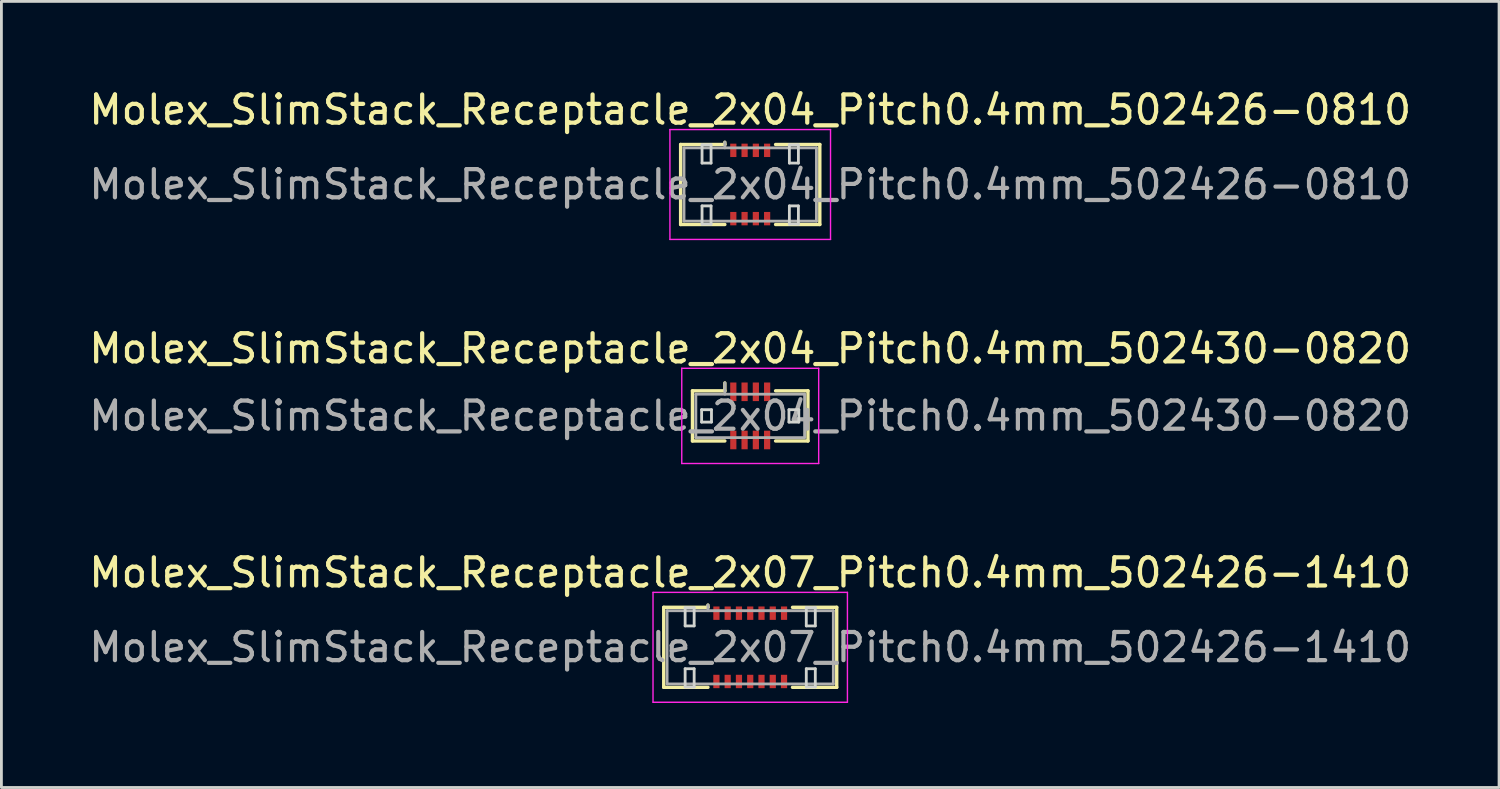
<source format=kicad_pcb>
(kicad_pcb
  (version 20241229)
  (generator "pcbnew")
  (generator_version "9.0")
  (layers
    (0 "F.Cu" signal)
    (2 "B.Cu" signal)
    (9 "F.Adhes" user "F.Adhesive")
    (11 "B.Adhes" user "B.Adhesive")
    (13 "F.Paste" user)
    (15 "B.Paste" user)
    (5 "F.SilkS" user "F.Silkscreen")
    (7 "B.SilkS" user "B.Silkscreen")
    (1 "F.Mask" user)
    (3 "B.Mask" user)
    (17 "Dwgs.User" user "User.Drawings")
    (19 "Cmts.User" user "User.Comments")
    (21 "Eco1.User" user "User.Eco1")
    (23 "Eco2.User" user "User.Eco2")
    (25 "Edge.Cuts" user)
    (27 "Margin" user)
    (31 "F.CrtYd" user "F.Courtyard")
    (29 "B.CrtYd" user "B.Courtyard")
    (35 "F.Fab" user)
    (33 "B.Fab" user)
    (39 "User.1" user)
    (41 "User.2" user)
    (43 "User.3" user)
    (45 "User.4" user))
  (footprint "Molex_SlimStack_Receptacle_2x04_Pitch0.4mm_502426-0810"
    (layer "F.Cu")
    (at 23.577 3.498)
    (property "Reference" "Molex_SlimStack_Receptacle_2x04_Pitch0.4mm_502426-0810" (at 0 -2.65 0) (layer "F.SilkS") (effects (font (size 1 1) (thickness 0.15))))
    (attr smd)
    (fp_line (start -2.47 -1.42) (end -0.9 -1.42) (stroke (width 0.12) (type solid)) (layer "F.SilkS"))
    (fp_line (start -2.47 1.42) (end -2.47 -1.42) (stroke (width 0.12) (type solid)) (layer "F.SilkS"))
    (fp_line (start -0.9 -1.42) (end -0.9 -1.5) (stroke (width 0.12) (type solid)) (layer "F.SilkS"))
    (fp_line (start -0.9 1.42) (end -2.47 1.42) (stroke (width 0.12) (type solid)) (layer "F.SilkS"))
    (fp_line (start 0.9 1.42) (end 2.47 1.42) (stroke (width 0.12) (type solid)) (layer "F.SilkS"))
    (fp_line (start 2.47 -1.42) (end 0.9 -1.42) (stroke (width 0.12) (type solid)) (layer "F.SilkS"))
    (fp_line (start 2.47 1.42) (end 2.47 -1.42) (stroke (width 0.12) (type solid)) (layer "F.SilkS"))
    (fp_line (start -1.71 -1.41) (end -1.71 -0.76) (stroke (width 0.1) (type solid)) (layer "Edge.Cuts"))
    (fp_line (start -1.71 -0.76) (end -1.39 -0.76) (stroke (width 0.1) (type solid)) (layer "Edge.Cuts"))
    (fp_line (start -1.71 0.76) (end -1.71 1.41) (stroke (width 0.1) (type solid)) (layer "Edge.Cuts"))
    (fp_line (start -1.71 1.41) (end -1.39 1.41) (stroke (width 0.1) (type solid)) (layer "Edge.Cuts"))
    (fp_line (start -1.39 -1.41) (end -1.71 -1.41) (stroke (width 0.1) (type solid)) (layer "Edge.Cuts"))
    (fp_line (start -1.39 -0.76) (end -1.39 -1.41) (stroke (width 0.1) (type solid)) (layer "Edge.Cuts"))
    (fp_line (start -1.39 0.76) (end -1.71 0.76) (stroke (width 0.1) (type solid)) (layer "Edge.Cuts"))
    (fp_line (start -1.39 1.41) (end -1.39 0.76) (stroke (width 0.1) (type solid)) (layer "Edge.Cuts"))
    (fp_line (start 1.39 -1.41) (end 1.39 -0.76) (stroke (width 0.1) (type solid)) (layer "Edge.Cuts"))
    (fp_line (start 1.39 -0.76) (end 1.71 -0.76) (stroke (width 0.1) (type solid)) (layer "Edge.Cuts"))
    (fp_line (start 1.39 0.76) (end 1.39 1.41) (stroke (width 0.1) (type solid)) (layer "Edge.Cuts"))
    (fp_line (start 1.39 1.41) (end 1.71 1.41) (stroke (width 0.1) (type solid)) (layer "Edge.Cuts"))
    (fp_line (start 1.71 -1.41) (end 1.39 -1.41) (stroke (width 0.1) (type solid)) (layer "Edge.Cuts"))
    (fp_line (start 1.71 -0.76) (end 1.71 -1.41) (stroke (width 0.1) (type solid)) (layer "Edge.Cuts"))
    (fp_line (start 1.71 0.76) (end 1.39 0.76) (stroke (width 0.1) (type solid)) (layer "Edge.Cuts"))
    (fp_line (start 1.71 1.41) (end 1.71 0.76) (stroke (width 0.1) (type solid)) (layer "Edge.Cuts"))
    (fp_line (start -2.85 -1.95) (end -2.85 1.95) (stroke (width 0.05) (type solid)) (layer "F.CrtYd"))
    (fp_line (start -2.85 1.95) (end 2.85 1.95) (stroke (width 0.05) (type solid)) (layer "F.CrtYd"))
    (fp_line (start 2.85 -1.95) (end -2.85 -1.95) (stroke (width 0.05) (type solid)) (layer "F.CrtYd"))
    (fp_line (start 2.85 1.95) (end 2.85 -1.95) (stroke (width 0.05) (type solid)) (layer "F.CrtYd"))
    (fp_line (start -2.35 -1.3) (end -2.35 1.3) (stroke (width 0.1) (type solid)) (layer "F.Fab"))
    (fp_line (start -2.35 1.3) (end 2.35 1.3) (stroke (width 0.1) (type solid)) (layer "F.Fab"))
    (fp_line (start -0.9 -1.3) (end -0.9 -1.5) (stroke (width 0.1) (type solid)) (layer "F.Fab"))
    (fp_line (start 2.35 -1.3) (end -2.35 -1.3) (stroke (width 0.1) (type solid)) (layer "F.Fab"))
    (fp_line (start 2.35 1.3) (end 2.35 -1.3) (stroke (width 0.1) (type solid)) (layer "F.Fab"))
    (fp_text user "${REFERENCE}" (at 0 0 0) (layer "F.Fab") (effects (font (size 1 1) (thickness 0.15))))
    (pad "1" smd rect (at -0.6 -1.212) (size 0.22 0.475) (layers "F.Cu" "F.Mask" "F.Paste"))
    (pad "2" smd rect (at -0.6 1.212) (size 0.22 0.475) (layers "F.Cu" "F.Mask" "F.Paste"))
    (pad "3" smd rect (at -0.2 -1.212) (size 0.22 0.475) (layers "F.Cu" "F.Mask" "F.Paste"))
    (pad "4" smd rect (at -0.2 1.212) (size 0.22 0.475) (layers "F.Cu" "F.Mask" "F.Paste"))
    (pad "5" smd rect (at 0.2 -1.212) (size 0.22 0.475) (layers "F.Cu" "F.Mask" "F.Paste"))
    (pad "6" smd rect (at 0.2 1.212) (size 0.22 0.475) (layers "F.Cu" "F.Mask" "F.Paste"))
    (pad "7" smd rect (at 0.6 -1.212) (size 0.22 0.475) (layers "F.Cu" "F.Mask" "F.Paste"))
    (pad "8" smd rect (at 0.6 1.212) (size 0.22 0.475) (layers "F.Cu" "F.Mask" "F.Paste")))
  (footprint "Molex_SlimStack_Receptacle_2x04_Pitch0.4mm_502430-0820"
    (layer "F.Cu")
    (at 23.577 11.711)
    (property "Reference" "Molex_SlimStack_Receptacle_2x04_Pitch0.4mm_502430-0820" (at 0 -2.39 0) (layer "F.SilkS") (effects (font (size 1 1) (thickness 0.15))))
    (attr smd)
    (fp_line (start -2.05 -0.89) (end -0.9 -0.89) (stroke (width 0.12) (type solid)) (layer "F.SilkS"))
    (fp_line (start -2.05 0.89) (end -2.05 -0.89) (stroke (width 0.12) (type solid)) (layer "F.SilkS"))
    (fp_line (start -0.9 -0.89) (end -0.9 -1.17) (stroke (width 0.12) (type solid)) (layer "F.SilkS"))
    (fp_line (start -0.9 0.89) (end -2.05 0.89) (stroke (width 0.12) (type solid)) (layer "F.SilkS"))
    (fp_line (start 0.9 0.89) (end 2.05 0.89) (stroke (width 0.12) (type solid)) (layer "F.SilkS"))
    (fp_line (start 2.05 -0.89) (end 0.9 -0.89) (stroke (width 0.12) (type solid)) (layer "F.SilkS"))
    (fp_line (start 2.05 0.89) (end 2.05 -0.89) (stroke (width 0.12) (type solid)) (layer "F.SilkS"))
    (fp_line (start -1.725 -0.22) (end -1.725 0.22) (stroke (width 0.1) (type solid)) (layer "Edge.Cuts"))
    (fp_line (start -1.725 0.22) (end -1.375 0.22) (stroke (width 0.1) (type solid)) (layer "Edge.Cuts"))
    (fp_line (start -1.375 -0.22) (end -1.725 -0.22) (stroke (width 0.1) (type solid)) (layer "Edge.Cuts"))
    (fp_line (start -1.375 0.22) (end -1.375 -0.22) (stroke (width 0.1) (type solid)) (layer "Edge.Cuts"))
    (fp_line (start 1.375 -0.22) (end 1.375 0.22) (stroke (width 0.1) (type solid)) (layer "Edge.Cuts"))
    (fp_line (start 1.375 0.22) (end 1.725 0.22) (stroke (width 0.1) (type solid)) (layer "Edge.Cuts"))
    (fp_line (start 1.725 -0.22) (end 1.375 -0.22) (stroke (width 0.1) (type solid)) (layer "Edge.Cuts"))
    (fp_line (start 1.725 0.22) (end 1.725 -0.22) (stroke (width 0.1) (type solid)) (layer "Edge.Cuts"))
    (fp_line (start -2.43 -1.69) (end -2.43 1.69) (stroke (width 0.05) (type solid)) (layer "F.CrtYd"))
    (fp_line (start -2.43 1.69) (end 2.43 1.69) (stroke (width 0.05) (type solid)) (layer "F.CrtYd"))
    (fp_line (start 2.43 -1.69) (end -2.43 -1.69) (stroke (width 0.05) (type solid)) (layer "F.CrtYd"))
    (fp_line (start 2.43 1.69) (end 2.43 -1.69) (stroke (width 0.05) (type solid)) (layer "F.CrtYd"))
    (fp_line (start -1.93 -0.77) (end -1.93 0.77) (stroke (width 0.1) (type solid)) (layer "F.Fab"))
    (fp_line (start -1.93 0.77) (end 1.93 0.77) (stroke (width 0.1) (type solid)) (layer "F.Fab"))
    (fp_line (start -0.9 -0.77) (end -0.9 -1.17) (stroke (width 0.1) (type solid)) (layer "F.Fab"))
    (fp_line (start 1.93 -0.77) (end -1.93 -0.77) (stroke (width 0.1) (type solid)) (layer "F.Fab"))
    (fp_line (start 1.93 0.77) (end 1.93 -0.77) (stroke (width 0.1) (type solid)) (layer "F.Fab"))
    (fp_text user "${REFERENCE}" (at 0 0 0) (layer "F.Fab") (effects (font (size 1 1) (thickness 0.15))))
    (pad "1" smd rect (at -0.6 -0.855) (size 0.22 0.66) (layers "F.Cu" "F.Mask" "F.Paste"))
    (pad "2" smd rect (at -0.6 0.855) (size 0.22 0.66) (layers "F.Cu" "F.Mask" "F.Paste"))
    (pad "3" smd rect (at -0.2 -0.855) (size 0.22 0.66) (layers "F.Cu" "F.Mask" "F.Paste"))
    (pad "4" smd rect (at -0.2 0.855) (size 0.22 0.66) (layers "F.Cu" "F.Mask" "F.Paste"))
    (pad "5" smd rect (at 0.2 -0.855) (size 0.22 0.66) (layers "F.Cu" "F.Mask" "F.Paste"))
    (pad "6" smd rect (at 0.2 0.855) (size 0.22 0.66) (layers "F.Cu" "F.Mask" "F.Paste"))
    (pad "7" smd rect (at 0.6 -0.855) (size 0.22 0.66) (layers "F.Cu" "F.Mask" "F.Paste"))
    (pad "8" smd rect (at 0.6 0.855) (size 0.22 0.66) (layers "F.Cu" "F.Mask" "F.Paste")))
  (footprint "Molex_SlimStack_Receptacle_2x07_Pitch0.4mm_502426-1410"
    (layer "F.Cu")
    (at 23.577 19.925)
    (property "Reference" "Molex_SlimStack_Receptacle_2x07_Pitch0.4mm_502426-1410" (at 0 -2.65 0) (layer "F.SilkS") (effects (font (size 1 1) (thickness 0.15))))
    (attr smd)
    (fp_line (start -3.07 -1.42) (end -1.5 -1.42) (stroke (width 0.12) (type solid)) (layer "F.SilkS"))
    (fp_line (start -3.07 1.42) (end -3.07 -1.42) (stroke (width 0.12) (type solid)) (layer "F.SilkS"))
    (fp_line (start -1.5 -1.42) (end -1.5 -1.5) (stroke (width 0.12) (type solid)) (layer "F.SilkS"))
    (fp_line (start -1.5 1.42) (end -3.07 1.42) (stroke (width 0.12) (type solid)) (layer "F.SilkS"))
    (fp_line (start 1.5 1.42) (end 3.07 1.42) (stroke (width 0.12) (type solid)) (layer "F.SilkS"))
    (fp_line (start 3.07 -1.42) (end 1.5 -1.42) (stroke (width 0.12) (type solid)) (layer "F.SilkS"))
    (fp_line (start 3.07 1.42) (end 3.07 -1.42) (stroke (width 0.12) (type solid)) (layer "F.SilkS"))
    (fp_line (start -2.31 -1.41) (end -2.31 -0.76) (stroke (width 0.1) (type solid)) (layer "Edge.Cuts"))
    (fp_line (start -2.31 -0.76) (end -1.99 -0.76) (stroke (width 0.1) (type solid)) (layer "Edge.Cuts"))
    (fp_line (start -2.31 0.76) (end -2.31 1.41) (stroke (width 0.1) (type solid)) (layer "Edge.Cuts"))
    (fp_line (start -2.31 1.41) (end -1.99 1.41) (stroke (width 0.1) (type solid)) (layer "Edge.Cuts"))
    (fp_line (start -1.99 -1.41) (end -2.31 -1.41) (stroke (width 0.1) (type solid)) (layer "Edge.Cuts"))
    (fp_line (start -1.99 -0.76) (end -1.99 -1.41) (stroke (width 0.1) (type solid)) (layer "Edge.Cuts"))
    (fp_line (start -1.99 0.76) (end -2.31 0.76) (stroke (width 0.1) (type solid)) (layer "Edge.Cuts"))
    (fp_line (start -1.99 1.41) (end -1.99 0.76) (stroke (width 0.1) (type solid)) (layer "Edge.Cuts"))
    (fp_line (start 1.99 -1.41) (end 1.99 -0.76) (stroke (width 0.1) (type solid)) (layer "Edge.Cuts"))
    (fp_line (start 1.99 -0.76) (end 2.31 -0.76) (stroke (width 0.1) (type solid)) (layer "Edge.Cuts"))
    (fp_line (start 1.99 0.76) (end 1.99 1.41) (stroke (width 0.1) (type solid)) (layer "Edge.Cuts"))
    (fp_line (start 1.99 1.41) (end 2.31 1.41) (stroke (width 0.1) (type solid)) (layer "Edge.Cuts"))
    (fp_line (start 2.31 -1.41) (end 1.99 -1.41) (stroke (width 0.1) (type solid)) (layer "Edge.Cuts"))
    (fp_line (start 2.31 -0.76) (end 2.31 -1.41) (stroke (width 0.1) (type solid)) (layer "Edge.Cuts"))
    (fp_line (start 2.31 0.76) (end 1.99 0.76) (stroke (width 0.1) (type solid)) (layer "Edge.Cuts"))
    (fp_line (start 2.31 1.41) (end 2.31 0.76) (stroke (width 0.1) (type solid)) (layer "Edge.Cuts"))
    (fp_line (start -3.45 -1.95) (end -3.45 1.95) (stroke (width 0.05) (type solid)) (layer "F.CrtYd"))
    (fp_line (start -3.45 1.95) (end 3.45 1.95) (stroke (width 0.05) (type solid)) (layer "F.CrtYd"))
    (fp_line (start 3.45 -1.95) (end -3.45 -1.95) (stroke (width 0.05) (type solid)) (layer "F.CrtYd"))
    (fp_line (start 3.45 1.95) (end 3.45 -1.95) (stroke (width 0.05) (type solid)) (layer "F.CrtYd"))
    (fp_line (start -2.95 -1.3) (end -2.95 1.3) (stroke (width 0.1) (type solid)) (layer "F.Fab"))
    (fp_line (start -2.95 1.3) (end 2.95 1.3) (stroke (width 0.1) (type solid)) (layer "F.Fab"))
    (fp_line (start -1.5 -1.3) (end -1.5 -1.5) (stroke (width 0.1) (type solid)) (layer "F.Fab"))
    (fp_line (start 2.95 -1.3) (end -2.95 -1.3) (stroke (width 0.1) (type solid)) (layer "F.Fab"))
    (fp_line (start 2.95 1.3) (end 2.95 -1.3) (stroke (width 0.1) (type solid)) (layer "F.Fab"))
    (fp_text user "${REFERENCE}" (at 0 0 0) (layer "F.Fab") (effects (font (size 1 1) (thickness 0.15))))
    (pad "1" smd rect (at -1.2 -1.212) (size 0.22 0.475) (layers "F.Cu" "F.Mask" "F.Paste"))
    (pad "2" smd rect (at -1.2 1.212) (size 0.22 0.475) (layers "F.Cu" "F.Mask" "F.Paste"))
    (pad "3" smd rect (at -0.8 -1.212) (size 0.22 0.475) (layers "F.Cu" "F.Mask" "F.Paste"))
    (pad "4" smd rect (at -0.8 1.212) (size 0.22 0.475) (layers "F.Cu" "F.Mask" "F.Paste"))
    (pad "5" smd rect (at -0.4 -1.212) (size 0.22 0.475) (layers "F.Cu" "F.Mask" "F.Paste"))
    (pad "6" smd rect (at -0.4 1.212) (size 0.22 0.475) (layers "F.Cu" "F.Mask" "F.Paste"))
    (pad "7" smd rect (at 0 -1.212) (size 0.22 0.475) (layers "F.Cu" "F.Mask" "F.Paste"))
    (pad "8" smd rect (at 0 1.212) (size 0.22 0.475) (layers "F.Cu" "F.Mask" "F.Paste"))
    (pad "9" smd rect (at 0.4 -1.212) (size 0.22 0.475) (layers "F.Cu" "F.Mask" "F.Paste"))
    (pad "10" smd rect (at 0.4 1.212) (size 0.22 0.475) (layers "F.Cu" "F.Mask" "F.Paste"))
    (pad "11" smd rect (at 0.8 -1.212) (size 0.22 0.475) (layers "F.Cu" "F.Mask" "F.Paste"))
    (pad "12" smd rect (at 0.8 1.212) (size 0.22 0.475) (layers "F.Cu" "F.Mask" "F.Paste"))
    (pad "13" smd rect (at 1.2 -1.212) (size 0.22 0.475) (layers "F.Cu" "F.Mask" "F.Paste"))
    (pad "14" smd rect (at 1.2 1.212) (size 0.22 0.475) (layers "F.Cu" "F.Mask" "F.Paste")))
  (gr_rect
    (start -3 -3)
    (end 50.155 24.9)
    (stroke (width 0.1) (type default))
    (fill no)
    (layer "Edge.Cuts")))
</source>
